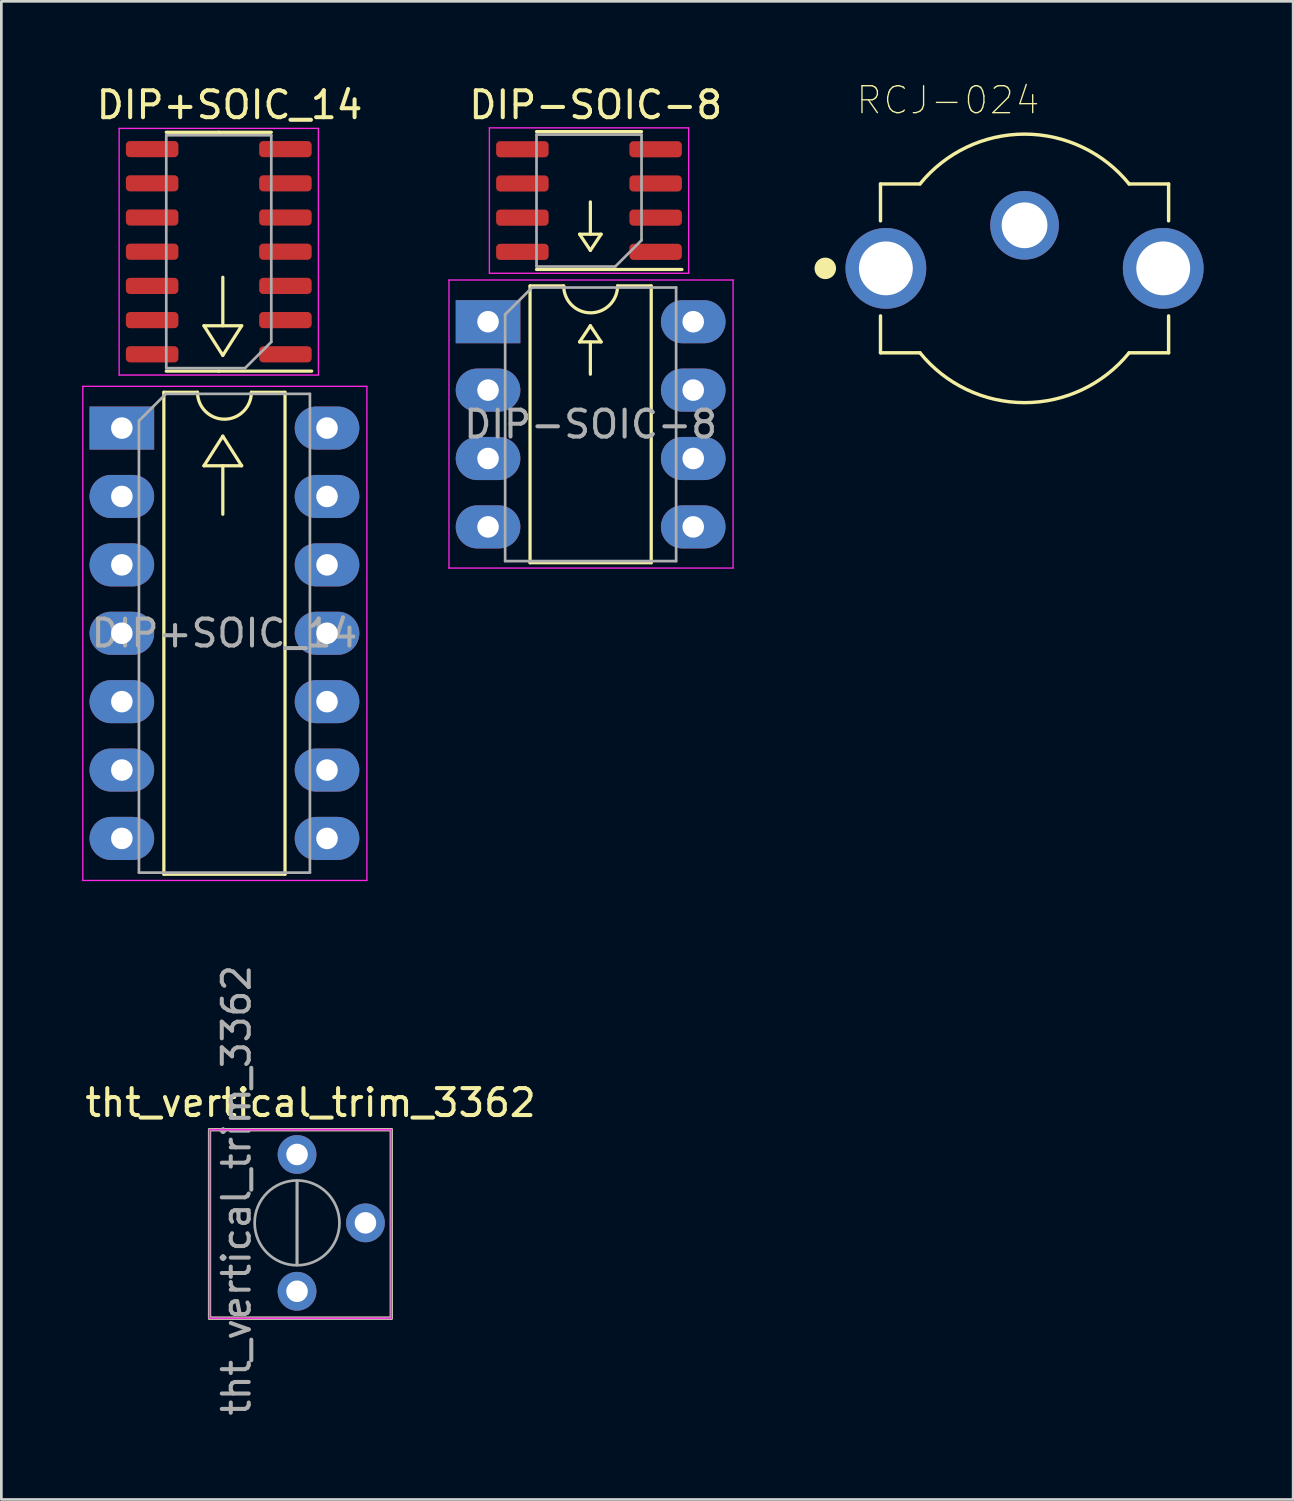
<source format=kicad_pcb>
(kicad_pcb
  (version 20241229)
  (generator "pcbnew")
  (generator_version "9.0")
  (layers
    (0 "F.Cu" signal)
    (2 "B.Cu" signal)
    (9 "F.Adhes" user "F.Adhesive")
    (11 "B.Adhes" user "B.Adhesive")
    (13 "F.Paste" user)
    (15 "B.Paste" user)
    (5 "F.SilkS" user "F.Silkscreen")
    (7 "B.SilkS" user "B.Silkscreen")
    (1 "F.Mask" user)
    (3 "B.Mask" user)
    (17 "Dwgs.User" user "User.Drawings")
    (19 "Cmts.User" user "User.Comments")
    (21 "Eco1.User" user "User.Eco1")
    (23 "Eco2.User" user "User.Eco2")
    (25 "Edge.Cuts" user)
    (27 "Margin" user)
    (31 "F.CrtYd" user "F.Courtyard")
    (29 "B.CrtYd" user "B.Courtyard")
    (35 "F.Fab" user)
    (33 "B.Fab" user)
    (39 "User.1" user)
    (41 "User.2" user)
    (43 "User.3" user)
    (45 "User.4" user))
  (footprint "DIP-SOIC-8"
    (layer "F.Cu")
    (at 18.775 2.748)
    (property "Reference" "DIP-SOIC-8" (at 0.3 -1.9 0) (layer "F.SilkS") (effects (font (size 1 1) (thickness 0.15))))
    (attr through_hole)
    (fp_line (start -2.14 4.82) (end -2.14 15.1) (stroke (width 0.12) (type solid)) (layer "F.SilkS"))
    (fp_line (start -2.14 15.1) (end 2.36 15.1) (stroke (width 0.12) (type solid)) (layer "F.SilkS"))
    (fp_line (start -0.89 4.82) (end -2.14 4.82) (stroke (width 0.12) (type solid)) (layer "F.SilkS"))
    (fp_line (start -0.3 2.9) (end 0.5 2.9) (stroke (width 0.12) (type solid)) (layer "F.SilkS"))
    (fp_line (start -0.3 6.9) (end 0.1 6.3) (stroke (width 0.12) (type solid)) (layer "F.SilkS"))
    (fp_line (start 0.05 -0.91) (end -1.9 -0.91) (stroke (width 0.12) (type solid)) (layer "F.SilkS"))
    (fp_line (start 0.05 -0.91) (end 2 -0.91) (stroke (width 0.12) (type solid)) (layer "F.SilkS"))
    (fp_line (start 0.05 4.21) (end -1.9 4.21) (stroke (width 0.12) (type solid)) (layer "F.SilkS"))
    (fp_line (start 0.05 4.21) (end 3.5 4.21) (stroke (width 0.12) (type solid)) (layer "F.SilkS"))
    (fp_line (start 0.1 2.9) (end 0.1 1.7) (stroke (width 0.12) (type solid)) (layer "F.SilkS"))
    (fp_line (start 0.1 3.5) (end -0.3 2.9) (stroke (width 0.12) (type solid)) (layer "F.SilkS"))
    (fp_line (start 0.1 6.3) (end 0.5 6.9) (stroke (width 0.12) (type solid)) (layer "F.SilkS"))
    (fp_line (start 0.1 6.9) (end 0.1 8.1) (stroke (width 0.12) (type solid)) (layer "F.SilkS"))
    (fp_line (start 0.5 2.9) (end 0.1 3.5) (stroke (width 0.12) (type solid)) (layer "F.SilkS"))
    (fp_line (start 0.5 6.9) (end -0.3 6.9) (stroke (width 0.12) (type solid)) (layer "F.SilkS"))
    (fp_line (start 2.36 4.82) (end 1.11 4.82) (stroke (width 0.12) (type solid)) (layer "F.SilkS"))
    (fp_line (start 2.36 15.1) (end 2.36 4.82) (stroke (width 0.12) (type solid)) (layer "F.SilkS"))
    (fp_arc (start 1.11 4.82) (mid 0.11 5.82) (end -0.89 4.82) (stroke (width 0.12) (type solid)) (layer "F.SilkS"))
    (fp_line (start -5.15 4.6) (end -5.15 15.3) (stroke (width 0.05) (type solid)) (layer "F.CrtYd"))
    (fp_line (start -5.15 15.3) (end 5.4 15.3) (stroke (width 0.05) (type solid)) (layer "F.CrtYd"))
    (fp_line (start -3.65 -1.05) (end -3.65 4.35) (stroke (width 0.05) (type solid)) (layer "F.CrtYd"))
    (fp_line (start -3.65 4.35) (end 3.75 4.35) (stroke (width 0.05) (type solid)) (layer "F.CrtYd"))
    (fp_line (start 3.75 -1.05) (end -3.65 -1.05) (stroke (width 0.05) (type solid)) (layer "F.CrtYd"))
    (fp_line (start 3.75 4.35) (end 3.75 -1.05) (stroke (width 0.05) (type solid)) (layer "F.CrtYd"))
    (fp_line (start 5.4 4.6) (end -5.15 4.6) (stroke (width 0.05) (type solid)) (layer "F.CrtYd"))
    (fp_line (start 5.4 15.3) (end 5.4 4.6) (stroke (width 0.05) (type solid)) (layer "F.CrtYd"))
    (fp_line (start -3.065 5.88) (end -2.065 4.88) (stroke (width 0.1) (type solid)) (layer "F.Fab"))
    (fp_line (start -3.065 15.04) (end -3.065 5.88) (stroke (width 0.1) (type solid)) (layer "F.Fab"))
    (fp_line (start -2.065 4.88) (end 3.285 4.88) (stroke (width 0.1) (type solid)) (layer "F.Fab"))
    (fp_line (start -1.9 -0.8) (end 2 -0.8) (stroke (width 0.1) (type solid)) (layer "F.Fab"))
    (fp_line (start -1.9 4.1) (end -1.9 -0.8) (stroke (width 0.1) (type solid)) (layer "F.Fab"))
    (fp_line (start 1.025 4.1) (end -1.9 4.1) (stroke (width 0.1) (type solid)) (layer "F.Fab"))
    (fp_line (start 2 -0.8) (end 2 3.125) (stroke (width 0.1) (type solid)) (layer "F.Fab"))
    (fp_line (start 2 3.125) (end 1.025 4.1) (stroke (width 0.1) (type solid)) (layer "F.Fab"))
    (fp_line (start 3.285 4.88) (end 3.285 15.04) (stroke (width 0.1) (type solid)) (layer "F.Fab"))
    (fp_line (start 3.285 15.04) (end -3.065 15.04) (stroke (width 0.1) (type solid)) (layer "F.Fab"))
    (fp_text user "${REFERENCE}" (at 0.11 9.96 0) (layer "F.Fab") (effects (font (size 1 1) (thickness 0.15))))
    (pad "1" thru_hole rect (at -3.7 6.15) (size 2.4 1.6) (drill 0.8) (layers "*.Cu" "*.Mask"))
    (pad "1" smd roundrect (at 2.525 3.555 180) (size 1.95 0.6) (layers "F.Cu" "F.Mask" "F.Paste") (roundrect_rratio 0.25))
    (pad "2" thru_hole oval (at -3.7 8.69) (size 2.4 1.6) (drill 0.8) (layers "*.Cu" "*.Mask"))
    (pad "2" smd roundrect (at 2.525 2.285 180) (size 1.95 0.6) (layers "F.Cu" "F.Mask" "F.Paste") (roundrect_rratio 0.25))
    (pad "3" thru_hole oval (at -3.7 11.23) (size 2.4 1.6) (drill 0.8) (layers "*.Cu" "*.Mask"))
    (pad "3" smd roundrect (at 2.525 1.015 180) (size 1.95 0.6) (layers "F.Cu" "F.Mask" "F.Paste") (roundrect_rratio 0.25))
    (pad "4" thru_hole oval (at -3.7 13.77) (size 2.4 1.6) (drill 0.8) (layers "*.Cu" "*.Mask"))
    (pad "4" smd roundrect (at 2.525 -0.255 180) (size 1.95 0.6) (layers "F.Cu" "F.Mask" "F.Paste") (roundrect_rratio 0.25))
    (pad "5" smd roundrect (at -2.425 -0.255 180) (size 1.95 0.6) (layers "F.Cu" "F.Mask" "F.Paste") (roundrect_rratio 0.25))
    (pad "5" thru_hole oval (at 3.92 13.77) (size 2.4 1.6) (drill 0.8) (layers "*.Cu" "*.Mask"))
    (pad "6" smd roundrect (at -2.425 1.015 180) (size 1.95 0.6) (layers "F.Cu" "F.Mask" "F.Paste") (roundrect_rratio 0.25))
    (pad "6" thru_hole oval (at 3.92 11.23) (size 2.4 1.6) (drill 0.8) (layers "*.Cu" "*.Mask"))
    (pad "7" smd roundrect (at -2.425 2.285 180) (size 1.95 0.6) (layers "F.Cu" "F.Mask" "F.Paste") (roundrect_rratio 0.25))
    (pad "7" thru_hole oval (at 3.92 8.69) (size 2.4 1.6) (drill 0.8) (layers "*.Cu" "*.Mask"))
    (pad "8" smd roundrect (at -2.425 3.555 180) (size 1.95 0.6) (layers "F.Cu" "F.Mask" "F.Paste") (roundrect_rratio 0.25))
    (pad "8" thru_hole oval (at 3.92 6.15) (size 2.4 1.6) (drill 0.8) (layers "*.Cu" "*.Mask")))
  (footprint "RCJ-024"
    (layer "F.Cu")
    (at 35 6.917)
    (property "Reference" "RCJ-024" (at -2.844 -6.244 0) (layer "F.SilkS") (effects (font (size 1.001 1.001) (thickness 0.05))))
    (attr through_hole)
    (fp_line (start -5.35 -3.135) (end -5.35 -1.765) (stroke (width 0.127) (type solid)) (layer "F.SilkS"))
    (fp_line (start -5.35 1.765) (end -5.35 3.135) (stroke (width 0.127) (type solid)) (layer "F.SilkS"))
    (fp_line (start -3.884 -3.135) (end -5.35 -3.135) (stroke (width 0.127) (type solid)) (layer "F.SilkS"))
    (fp_line (start -3.884 3.135) (end -5.35 3.135) (stroke (width 0.127) (type solid)) (layer "F.SilkS"))
    (fp_line (start 5.35 -3.135) (end 3.884 -3.135) (stroke (width 0.127) (type solid)) (layer "F.SilkS"))
    (fp_line (start 5.35 -3.135) (end 5.35 -1.765) (stroke (width 0.127) (type solid)) (layer "F.SilkS"))
    (fp_line (start 5.35 1.765) (end 5.35 3.135) (stroke (width 0.127) (type solid)) (layer "F.SilkS"))
    (fp_line (start 5.35 3.135) (end 3.884 3.135) (stroke (width 0.127) (type solid)) (layer "F.SilkS"))
    (fp_arc (start -3.882076 -3.137372) (mid 0.001527 -4.986221) (end 3.884 -3.135) (stroke (width 0.127) (type solid)) (layer "F.SilkS"))
    (fp_arc (start 3.882076 3.137372) (mid -0.001527 4.986221) (end -3.884 3.135) (stroke (width 0.127) (type solid)) (layer "F.SilkS"))
    (fp_circle (center -7.4 0) (end -7.2 0) (stroke (width 0.4) (type solid)) (fill no) (layer "F.SilkS"))
    (fp_line (start -6.9 -1.7) (end -6.9 1.75) (stroke (width 0.05) (type solid)) (layer "Eco1.User"))
    (fp_line (start -6.9 1.75) (end -5.6 1.75) (stroke (width 0.05) (type solid)) (layer "Eco1.User"))
    (fp_line (start -5.6 -3.385) (end -5.605 -3.385) (stroke (width 0.05) (type solid)) (layer "Eco1.User"))
    (fp_line (start -5.6 -3.385) (end -5.6 -1.7) (stroke (width 0.05) (type solid)) (layer "Eco1.User"))
    (fp_line (start -5.6 -1.7) (end -6.9 -1.7) (stroke (width 0.05) (type solid)) (layer "Eco1.User"))
    (fp_line (start -5.6 1.75) (end -5.6 3.385) (stroke (width 0.05) (type solid)) (layer "Eco1.User"))
    (fp_line (start -3.903 -3.385) (end -5.6 -3.385) (stroke (width 0.05) (type solid)) (layer "Eco1.User"))
    (fp_line (start -3.901 3.385) (end -5.6 3.385) (stroke (width 0.05) (type solid)) (layer "Eco1.User"))
    (fp_line (start 5.6 -3.385) (end 3.895 -3.385) (stroke (width 0.05) (type solid)) (layer "Eco1.User"))
    (fp_line (start 5.6 -1.75) (end 5.6 -3.385) (stroke (width 0.05) (type solid)) (layer "Eco1.User"))
    (fp_line (start 5.6 -1.75) (end 6.95 -1.75) (stroke (width 0.05) (type solid)) (layer "Eco1.User"))
    (fp_line (start 5.6 3.385) (end 3.904 3.385) (stroke (width 0.05) (type solid)) (layer "Eco1.User"))
    (fp_line (start 5.6 3.385) (end 5.6 1.7) (stroke (width 0.05) (type solid)) (layer "Eco1.User"))
    (fp_line (start 6.95 -1.75) (end 6.95 1.7) (stroke (width 0.05) (type solid)) (layer "Eco1.User"))
    (fp_line (start 6.95 1.7) (end 5.6 1.7) (stroke (width 0.05) (type solid)) (layer "Eco1.User"))
    (fp_arc (start -3.901069 -3.387381) (mid -0.002467 -5.24337) (end 3.895 -3.385) (stroke (width 0.05) (type solid)) (layer "Eco1.User"))
    (fp_arc (start 3.895069 3.387381) (mid -0.003533 5.24337) (end -3.901 3.385) (stroke (width 0.05) (type solid)) (layer "Eco1.User"))
    (fp_line (start -5.35 -3.135) (end -5.35 3.135) (stroke (width 0.127) (type solid)) (layer "Eco2.User"))
    (fp_line (start -3.884 -3.135) (end -5.35 -3.135) (stroke (width 0.127) (type solid)) (layer "Eco2.User"))
    (fp_line (start -3.884 3.135) (end -5.35 3.135) (stroke (width 0.127) (type solid)) (layer "Eco2.User"))
    (fp_line (start 5.35 -3.135) (end 3.884 -3.135) (stroke (width 0.127) (type solid)) (layer "Eco2.User"))
    (fp_line (start 5.35 3.135) (end 3.884 3.135) (stroke (width 0.127) (type solid)) (layer "Eco2.User"))
    (fp_line (start 5.35 3.135) (end 5.35 -3.135) (stroke (width 0.127) (type solid)) (layer "Eco2.User"))
    (fp_arc (start -3.882076 -3.137372) (mid 0.001527 -4.986221) (end 3.884 -3.135) (stroke (width 0.127) (type solid)) (layer "Eco2.User"))
    (fp_arc (start 3.882076 3.137372) (mid -0.001527 4.986221) (end -3.884 3.135) (stroke (width 0.127) (type solid)) (layer "Eco2.User"))
    (pad "1A" thru_hole circle (at -5.15 0) (size 3 3) (drill 2) (layers "*.Cu" "*.Mask"))
    (pad "1B" thru_hole circle (at 5.15 0) (size 3 3) (drill 2) (layers "*.Cu" "*.Mask"))
    (pad "2" thru_hole circle (at 0 -1.6) (size 2.55 2.55) (drill 1.7) (layers "*.Cu" "*.Mask")))
  (footprint "DIP+SOIC_14"
    (layer "F.Cu")
    (at 5.525 11.148)
    (property "Reference" "DIP+SOIC_14" (at -0.05 -10.3 0) (layer "F.SilkS") (effects (font (size 1 1) (thickness 0.15))))
    (attr through_hole)
    (fp_line (start -2.49 0.37) (end -2.49 18.27) (stroke (width 0.12) (type solid)) (layer "F.SilkS"))
    (fp_line (start -2.49 18.27) (end 2.01 18.27) (stroke (width 0.12) (type solid)) (layer "F.SilkS"))
    (fp_line (start -1.24 0.37) (end -2.49 0.37) (stroke (width 0.12) (type solid)) (layer "F.SilkS"))
    (fp_line (start -1 -2.1) (end -0.3 -1) (stroke (width 0.12) (type solid)) (layer "F.SilkS"))
    (fp_line (start -1 3.1) (end -0.3 2) (stroke (width 0.12) (type solid)) (layer "F.SilkS"))
    (fp_line (start -1 3.1) (end 0.4 3.1) (stroke (width 0.12) (type solid)) (layer "F.SilkS"))
    (fp_line (start -0.45 -9.285) (end -2.4 -9.285) (stroke (width 0.12) (type solid)) (layer "F.SilkS"))
    (fp_line (start -0.45 -9.285) (end 1.5 -9.285) (stroke (width 0.12) (type solid)) (layer "F.SilkS"))
    (fp_line (start -0.45 -0.415) (end -2.4 -0.415) (stroke (width 0.12) (type solid)) (layer "F.SilkS"))
    (fp_line (start -0.45 -0.415) (end 3 -0.415) (stroke (width 0.12) (type solid)) (layer "F.SilkS"))
    (fp_line (start -0.3 -2.1) (end -0.3 -3.9) (stroke (width 0.12) (type solid)) (layer "F.SilkS"))
    (fp_line (start -0.3 3.1) (end -0.3 4.9) (stroke (width 0.12) (type solid)) (layer "F.SilkS"))
    (fp_line (start 0.4 -2.1) (end -1 -2.1) (stroke (width 0.12) (type solid)) (layer "F.SilkS"))
    (fp_line (start 0.4 -2.1) (end -0.3 -1) (stroke (width 0.12) (type solid)) (layer "F.SilkS"))
    (fp_line (start 0.4 3.1) (end -0.3 2) (stroke (width 0.12) (type solid)) (layer "F.SilkS"))
    (fp_line (start 2.01 0.37) (end 0.76 0.37) (stroke (width 0.12) (type solid)) (layer "F.SilkS"))
    (fp_line (start 2.01 18.27) (end 2.01 0.37) (stroke (width 0.12) (type solid)) (layer "F.SilkS"))
    (fp_arc (start 0.76 0.37) (mid -0.24 1.37) (end -1.24 0.37) (stroke (width 0.12) (type solid)) (layer "F.SilkS"))
    (fp_line (start -5.5 0.15) (end -5.5 18.5) (stroke (width 0.05) (type solid)) (layer "F.CrtYd"))
    (fp_line (start -5.5 18.5) (end 5.05 18.5) (stroke (width 0.05) (type solid)) (layer "F.CrtYd"))
    (fp_line (start -4.15 -9.43) (end -4.15 -0.27) (stroke (width 0.05) (type solid)) (layer "F.CrtYd"))
    (fp_line (start -4.15 -0.27) (end 3.25 -0.27) (stroke (width 0.05) (type solid)) (layer "F.CrtYd"))
    (fp_line (start 3.25 -9.43) (end -4.15 -9.43) (stroke (width 0.05) (type solid)) (layer "F.CrtYd"))
    (fp_line (start 3.25 -0.27) (end 3.25 -9.43) (stroke (width 0.05) (type solid)) (layer "F.CrtYd"))
    (fp_line (start 5.05 0.15) (end -5.5 0.15) (stroke (width 0.05) (type solid)) (layer "F.CrtYd"))
    (fp_line (start 5.05 18.5) (end 5.05 0.15) (stroke (width 0.05) (type solid)) (layer "F.CrtYd"))
    (fp_line (start -3.415 1.43) (end -2.415 0.43) (stroke (width 0.1) (type solid)) (layer "F.Fab"))
    (fp_line (start -3.415 18.21) (end -3.415 1.43) (stroke (width 0.1) (type solid)) (layer "F.Fab"))
    (fp_line (start -2.415 0.43) (end 2.935 0.43) (stroke (width 0.1) (type solid)) (layer "F.Fab"))
    (fp_line (start -2.4 -9.175) (end 1.5 -9.175) (stroke (width 0.1) (type solid)) (layer "F.Fab"))
    (fp_line (start -2.4 -0.525) (end -2.4 -9.175) (stroke (width 0.1) (type solid)) (layer "F.Fab"))
    (fp_line (start 0.525 -0.525) (end -2.4 -0.525) (stroke (width 0.1) (type solid)) (layer "F.Fab"))
    (fp_line (start 1.5 -9.175) (end 1.5 -1.5) (stroke (width 0.1) (type solid)) (layer "F.Fab"))
    (fp_line (start 1.5 -1.5) (end 0.525 -0.525) (stroke (width 0.1) (type solid)) (layer "F.Fab"))
    (fp_line (start 2.935 0.43) (end 2.935 18.21) (stroke (width 0.1) (type solid)) (layer "F.Fab"))
    (fp_line (start 2.935 18.21) (end -3.415 18.21) (stroke (width 0.1) (type solid)) (layer "F.Fab"))
    (fp_text user "${REFERENCE}" (at -0.24 9.32 0) (layer "F.Fab") (effects (font (size 1 1) (thickness 0.15))))
    (pad "1" thru_hole rect (at -4.05 1.7) (size 2.4 1.6) (drill 0.8) (layers "*.Cu" "*.Mask"))
    (pad "1" smd roundrect (at 2.025 -1.04 180) (size 1.95 0.6) (layers "F.Cu" "F.Mask" "F.Paste") (roundrect_rratio 0.25))
    (pad "2" thru_hole oval (at -4.05 4.24) (size 2.4 1.6) (drill 0.8) (layers "*.Cu" "*.Mask"))
    (pad "2" smd roundrect (at 2.025 -2.31 180) (size 1.95 0.6) (layers "F.Cu" "F.Mask" "F.Paste") (roundrect_rratio 0.25))
    (pad "3" thru_hole oval (at -4.05 6.78) (size 2.4 1.6) (drill 0.8) (layers "*.Cu" "*.Mask"))
    (pad "3" smd roundrect (at 2.025 -3.58 180) (size 1.95 0.6) (layers "F.Cu" "F.Mask" "F.Paste") (roundrect_rratio 0.25))
    (pad "4" thru_hole oval (at -4.05 9.32) (size 2.4 1.6) (drill 0.8) (layers "*.Cu" "*.Mask"))
    (pad "4" smd roundrect (at 2.025 -4.85 180) (size 1.95 0.6) (layers "F.Cu" "F.Mask" "F.Paste") (roundrect_rratio 0.25))
    (pad "5" thru_hole oval (at -4.05 11.86) (size 2.4 1.6) (drill 0.8) (layers "*.Cu" "*.Mask"))
    (pad "5" smd roundrect (at 2.025 -6.12 180) (size 1.95 0.6) (layers "F.Cu" "F.Mask" "F.Paste") (roundrect_rratio 0.25))
    (pad "6" thru_hole oval (at -4.05 14.4) (size 2.4 1.6) (drill 0.8) (layers "*.Cu" "*.Mask"))
    (pad "6" smd roundrect (at 2.025 -7.39 180) (size 1.95 0.6) (layers "F.Cu" "F.Mask" "F.Paste") (roundrect_rratio 0.25))
    (pad "7" thru_hole oval (at -4.05 16.94) (size 2.4 1.6) (drill 0.8) (layers "*.Cu" "*.Mask"))
    (pad "7" smd roundrect (at 2.025 -8.66 180) (size 1.95 0.6) (layers "F.Cu" "F.Mask" "F.Paste") (roundrect_rratio 0.25))
    (pad "8" smd roundrect (at -2.925 -8.66 180) (size 1.95 0.6) (layers "F.Cu" "F.Mask" "F.Paste") (roundrect_rratio 0.25))
    (pad "8" thru_hole oval (at 3.57 16.94) (size 2.4 1.6) (drill 0.8) (layers "*.Cu" "*.Mask"))
    (pad "9" smd roundrect (at -2.925 -7.39 180) (size 1.95 0.6) (layers "F.Cu" "F.Mask" "F.Paste") (roundrect_rratio 0.25))
    (pad "9" thru_hole oval (at 3.57 14.4) (size 2.4 1.6) (drill 0.8) (layers "*.Cu" "*.Mask"))
    (pad "10" smd roundrect (at -2.925 -6.12 180) (size 1.95 0.6) (layers "F.Cu" "F.Mask" "F.Paste") (roundrect_rratio 0.25))
    (pad "10" thru_hole oval (at 3.57 11.86) (size 2.4 1.6) (drill 0.8) (layers "*.Cu" "*.Mask"))
    (pad "11" smd roundrect (at -2.925 -4.85 180) (size 1.95 0.6) (layers "F.Cu" "F.Mask" "F.Paste") (roundrect_rratio 0.25))
    (pad "11" thru_hole oval (at 3.57 9.32) (size 2.4 1.6) (drill 0.8) (layers "*.Cu" "*.Mask"))
    (pad "12" smd roundrect (at -2.925 -3.58 180) (size 1.95 0.6) (layers "F.Cu" "F.Mask" "F.Paste") (roundrect_rratio 0.25))
    (pad "12" thru_hole oval (at 3.57 6.78) (size 2.4 1.6) (drill 0.8) (layers "*.Cu" "*.Mask"))
    (pad "13" smd roundrect (at -2.925 -2.31 180) (size 1.95 0.6) (layers "F.Cu" "F.Mask" "F.Paste") (roundrect_rratio 0.25))
    (pad "13" thru_hole oval (at 3.57 4.24) (size 2.4 1.6) (drill 0.8) (layers "*.Cu" "*.Mask"))
    (pad "14" smd roundrect (at -2.925 -1.04 180) (size 1.95 0.6) (layers "F.Cu" "F.Mask" "F.Paste") (roundrect_rratio 0.25))
    (pad "14" thru_hole oval (at 3.57 1.7) (size 2.4 1.6) (drill 0.8) (layers "*.Cu" "*.Mask")))
  (footprint "tht_vertical_trim_3362"
    (layer "F.Cu")
    (at 7.982 44.905)
    (property "Reference" "tht_vertical_trim_3362" (at 0.5 -7 0) (layer "F.SilkS") (effects (font (size 1 1) (thickness 0.15))))
    (attr through_hole)
    (fp_line (start -3.25 -6) (end -3.25 1) (stroke (width 0.12) (type solid)) (layer "F.SilkS"))
    (fp_line (start -3.25 -6) (end 3.5 -6) (stroke (width 0.12) (type solid)) (layer "F.SilkS"))
    (fp_line (start -3.25 1) (end 3.5 1) (stroke (width 0.12) (type solid)) (layer "F.SilkS"))
    (fp_line (start 3.5 -6) (end 3.5 1) (stroke (width 0.12) (type solid)) (layer "F.SilkS"))
    (fp_line (start -3.25 -6) (end -3.25 1) (stroke (width 0.05) (type solid)) (layer "F.CrtYd"))
    (fp_line (start -3.25 1) (end 3.5 1) (stroke (width 0.05) (type solid)) (layer "F.CrtYd"))
    (fp_line (start 3.5 -6) (end -3.25 -6) (stroke (width 0.05) (type solid)) (layer "F.CrtYd"))
    (fp_line (start 3.5 1) (end 3.5 -6) (stroke (width 0.05) (type solid)) (layer "F.CrtYd"))
    (fp_line (start -3.25 -6) (end -3.25 1) (stroke (width 0.1) (type solid)) (layer "F.Fab"))
    (fp_line (start -3.25 1) (end 3.5 1) (stroke (width 0.1) (type solid)) (layer "F.Fab"))
    (fp_line (start -0.001 -0.98) (end 0 -4.099) (stroke (width 0.1) (type solid)) (layer "F.Fab"))
    (fp_line (start -0.001 -0.98) (end 0 -4.099) (stroke (width 0.1) (type solid)) (layer "F.Fab"))
    (fp_line (start 3.5 -6) (end -3.25 -6) (stroke (width 0.1) (type solid)) (layer "F.Fab"))
    (fp_line (start 3.5 1) (end 3.5 -6) (stroke (width 0.1) (type solid)) (layer "F.Fab"))
    (fp_circle (center 0 -2.54) (end 1.575 -2.54) (stroke (width 0.1) (type solid)) (fill no) (layer "F.Fab"))
    (fp_text user "${REFERENCE}" (at -2.25 -3.75 90) (layer "F.Fab") (effects (font (size 1 1) (thickness 0.15))))
    (pad "1" thru_hole circle (at 0 0) (size 1.44 1.44) (drill 0.8) (layers "*.Cu" "*.Mask"))
    (pad "2" thru_hole circle (at 2.54 -2.54) (size 1.44 1.44) (drill 0.8) (layers "*.Cu" "*.Mask"))
    (pad "3" thru_hole circle (at 0 -5.08) (size 1.44 1.44) (drill 0.8) (layers "*.Cu" "*.Mask")))
  (gr_rect
    (start -3 -3)
    (end 44.975 52.638)
    (stroke (width 0.1) (type default))
    (fill no)
    (layer "Edge.Cuts")))
</source>
